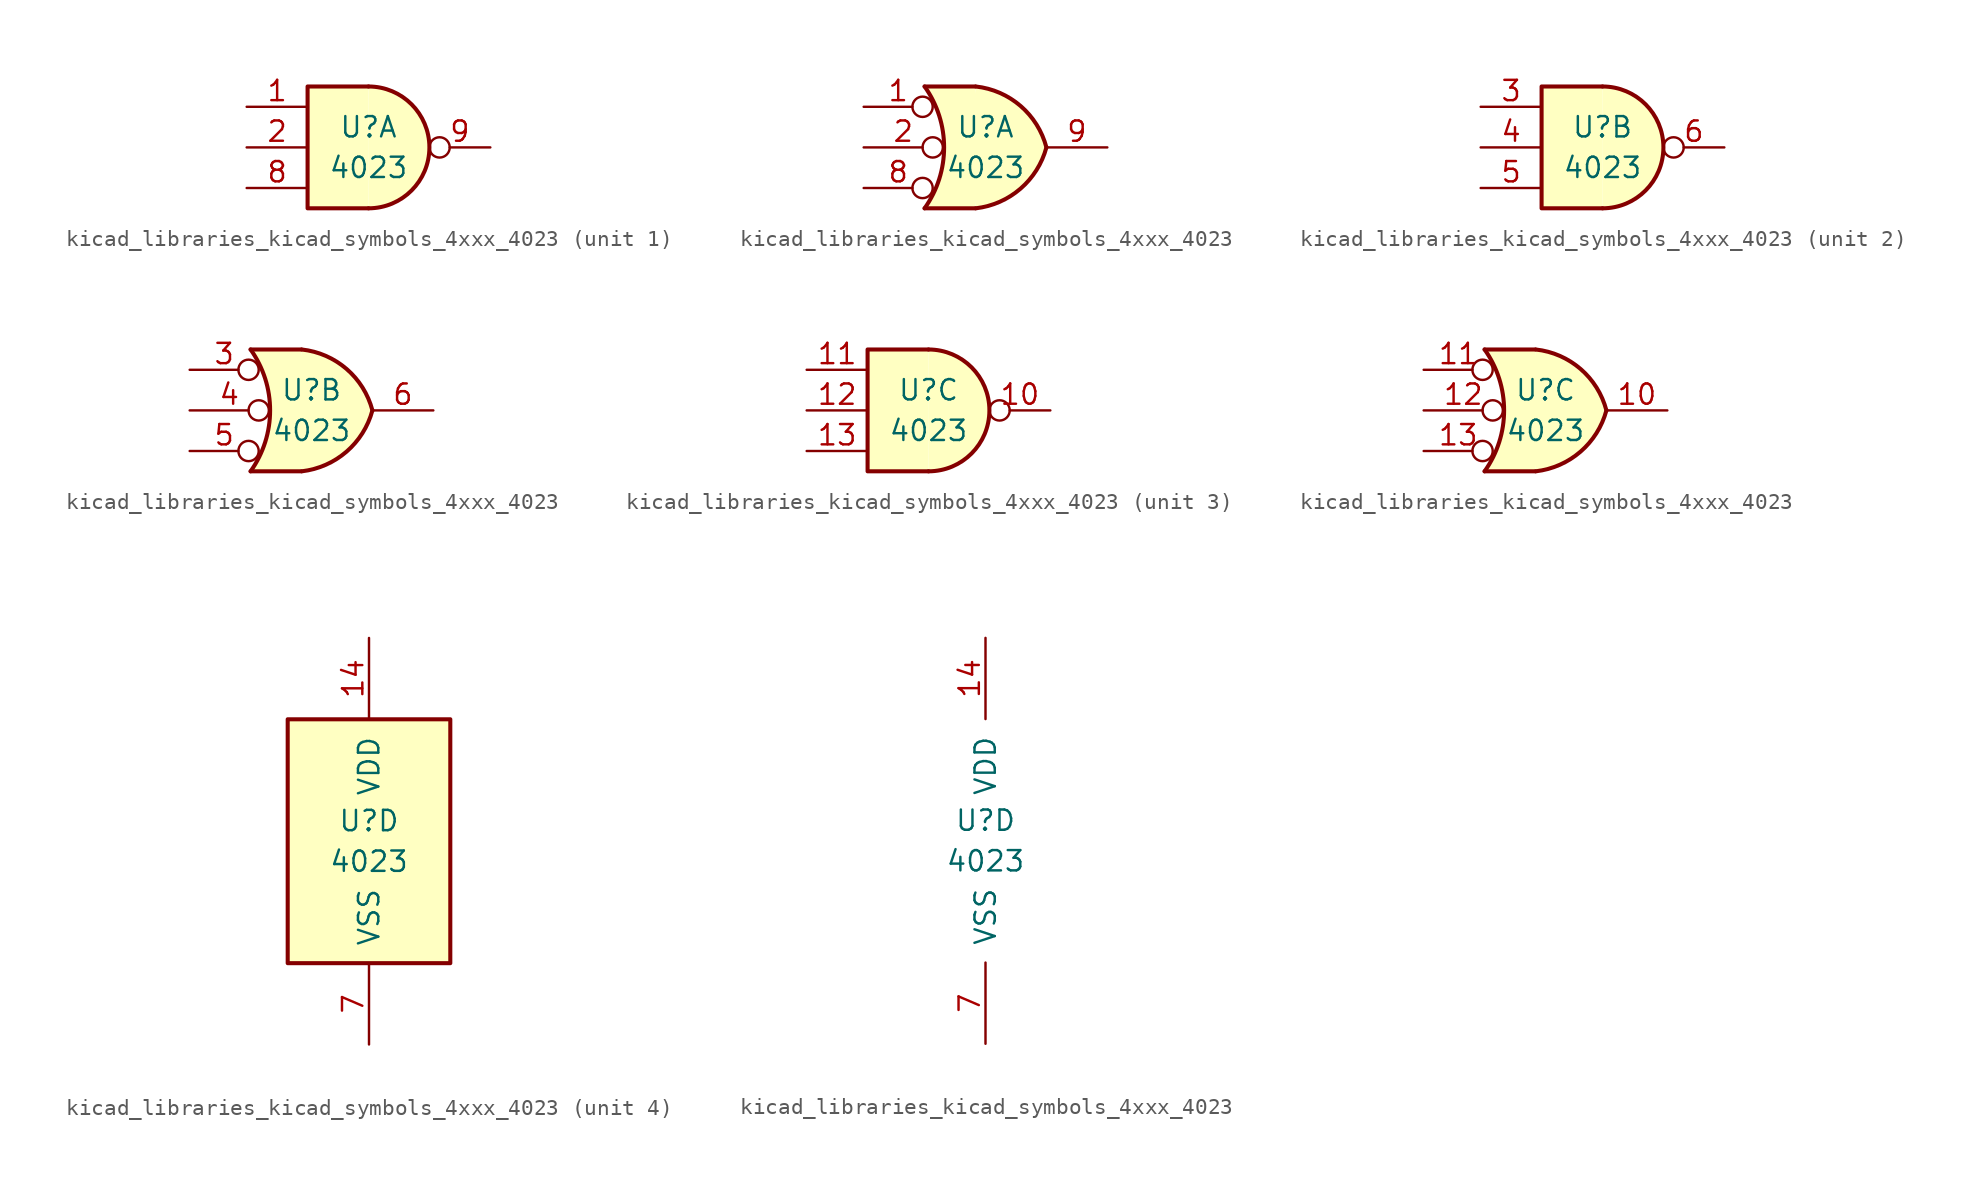
<source format=kicad_sym>
(kicad_symbol_lib
  (version 20220914)
  (generator kicad_symbol_editor)
  (symbol "kicad_libraries_kicad_symbols_4xxx_4023"
    (pin_names
      (offset 1.016))
    (property "Reference" "U"
      (at 0 1.27 0)
      (effects (font (size 1.27 1.27))))
    (property "Value" "4023"
      (at 0 -1.27 0)
      (effects (font (size 1.27 1.27))))
    (property "ki_locked" ""
      (at 0 0 0)
      (effects (font (size 1.27 1.27))))
    (symbol "kicad_libraries_kicad_symbols_4xxx_4023_1_1"
      (arc (start 0 -3.81) (mid 3.7934 0) (end 0 3.81) (stroke (width 0.254) (type default)) (fill (type background)))
      (polyline (pts (xy 0 3.81) (xy -3.81 3.81) (xy -3.81 -3.81) (xy 0 -3.81)) (stroke (width 0.254) (type default)) (fill (type background)))
      (pin input line (at -7.62 2.54 0) (length 3.81) (name "~" (effects (font (size 1.27 1.27)))) (number "1" (effects (font (size 1.27 1.27)))))
      (pin input line (at -7.62 0 0) (length 3.81) (name "~" (effects (font (size 1.27 1.27)))) (number "2" (effects (font (size 1.27 1.27)))))
      (pin input line (at -7.62 -2.54 0) (length 3.81) (name "~" (effects (font (size 1.27 1.27)))) (number "8" (effects (font (size 1.27 1.27)))))
      (pin output inverted (at 7.62 0 180) (length 3.81) (name "~" (effects (font (size 1.27 1.27)))) (number "9" (effects (font (size 1.27 1.27))))))
    (symbol "kicad_libraries_kicad_symbols_4xxx_4023_1_2"
      (arc (start -3.81 -3.81) (mid -2.589 0) (end -3.81 3.81) (stroke (width 0.254) (type default)) (fill (type none)))
      (arc (start -0.6096 -3.81) (mid 2.1842 -2.5851) (end 3.81 0) (stroke (width 0.254) (type default)) (fill (type background)))
      (polyline (pts (xy -3.81 -3.81) (xy -0.635 -3.81)) (stroke (width 0.254) (type default)) (fill (type background)))
      (polyline (pts (xy -3.81 3.81) (xy -0.635 3.81)) (stroke (width 0.254) (type default)) (fill (type background)))
      (polyline (pts (xy -0.635 3.81) (xy -3.81 3.81) (xy -3.81 3.81) (xy -3.556 3.404) (xy -3.023 2.261) (xy -2.692 1.041) (xy -2.616 -0.254) (xy -2.769 -1.499) (xy -3.175 -2.718) (xy -3.81 -3.81) (xy -3.81 -3.81) (xy -0.635 -3.81)) (stroke (width -25.4) (type default)) (fill (type background)))
      (arc (start 3.81 0) (mid 2.1915 2.5936) (end -0.6096 3.81) (stroke (width 0.254) (type default)) (fill (type background)))
      (pin input inverted (at -7.62 2.54 0) (length 4.318) (name "~" (effects (font (size 1.27 1.27)))) (number "1" (effects (font (size 1.27 1.27)))))
      (pin input inverted (at -7.62 0 0) (length 4.953) (name "~" (effects (font (size 1.27 1.27)))) (number "2" (effects (font (size 1.27 1.27)))))
      (pin input inverted (at -7.62 -2.54 0) (length 4.318) (name "~" (effects (font (size 1.27 1.27)))) (number "8" (effects (font (size 1.27 1.27)))))
      (pin output line (at 7.62 0 180) (length 3.81) (name "~" (effects (font (size 1.27 1.27)))) (number "9" (effects (font (size 1.27 1.27))))))
    (symbol "kicad_libraries_kicad_symbols_4xxx_4023_2_1"
      (arc (start 0 -3.81) (mid 3.7934 0) (end 0 3.81) (stroke (width 0.254) (type default)) (fill (type background)))
      (polyline (pts (xy 0 3.81) (xy -3.81 3.81) (xy -3.81 -3.81) (xy 0 -3.81)) (stroke (width 0.254) (type default)) (fill (type background)))
      (pin input line (at -7.62 2.54 0) (length 3.81) (name "~" (effects (font (size 1.27 1.27)))) (number "3" (effects (font (size 1.27 1.27)))))
      (pin input line (at -7.62 0 0) (length 3.81) (name "~" (effects (font (size 1.27 1.27)))) (number "4" (effects (font (size 1.27 1.27)))))
      (pin input line (at -7.62 -2.54 0) (length 3.81) (name "~" (effects (font (size 1.27 1.27)))) (number "5" (effects (font (size 1.27 1.27)))))
      (pin output inverted (at 7.62 0 180) (length 3.81) (name "~" (effects (font (size 1.27 1.27)))) (number "6" (effects (font (size 1.27 1.27))))))
    (symbol "kicad_libraries_kicad_symbols_4xxx_4023_2_2"
      (arc (start -3.81 -3.81) (mid -2.589 0) (end -3.81 3.81) (stroke (width 0.254) (type default)) (fill (type none)))
      (arc (start -0.6096 -3.81) (mid 2.1842 -2.5851) (end 3.81 0) (stroke (width 0.254) (type default)) (fill (type background)))
      (polyline (pts (xy -3.81 -3.81) (xy -0.635 -3.81)) (stroke (width 0.254) (type default)) (fill (type background)))
      (polyline (pts (xy -3.81 3.81) (xy -0.635 3.81)) (stroke (width 0.254) (type default)) (fill (type background)))
      (polyline (pts (xy -0.635 3.81) (xy -3.81 3.81) (xy -3.81 3.81) (xy -3.556 3.404) (xy -3.023 2.261) (xy -2.692 1.041) (xy -2.616 -0.254) (xy -2.769 -1.499) (xy -3.175 -2.718) (xy -3.81 -3.81) (xy -3.81 -3.81) (xy -0.635 -3.81)) (stroke (width -25.4) (type default)) (fill (type background)))
      (arc (start 3.81 0) (mid 2.1915 2.5936) (end -0.6096 3.81) (stroke (width 0.254) (type default)) (fill (type background)))
      (pin input inverted (at -7.62 2.54 0) (length 4.318) (name "~" (effects (font (size 1.27 1.27)))) (number "3" (effects (font (size 1.27 1.27)))))
      (pin input inverted (at -7.62 0 0) (length 4.953) (name "~" (effects (font (size 1.27 1.27)))) (number "4" (effects (font (size 1.27 1.27)))))
      (pin input inverted (at -7.62 -2.54 0) (length 4.318) (name "~" (effects (font (size 1.27 1.27)))) (number "5" (effects (font (size 1.27 1.27)))))
      (pin output line (at 7.62 0 180) (length 3.81) (name "~" (effects (font (size 1.27 1.27)))) (number "6" (effects (font (size 1.27 1.27))))))
    (symbol "kicad_libraries_kicad_symbols_4xxx_4023_3_1"
      (arc (start 0 -3.81) (mid 3.7934 0) (end 0 3.81) (stroke (width 0.254) (type default)) (fill (type background)))
      (polyline (pts (xy 0 3.81) (xy -3.81 3.81) (xy -3.81 -3.81) (xy 0 -3.81)) (stroke (width 0.254) (type default)) (fill (type background)))
      (pin output inverted (at 7.62 0 180) (length 3.81) (name "~" (effects (font (size 1.27 1.27)))) (number "10" (effects (font (size 1.27 1.27)))))
      (pin input line (at -7.62 2.54 0) (length 3.81) (name "~" (effects (font (size 1.27 1.27)))) (number "11" (effects (font (size 1.27 1.27)))))
      (pin input line (at -7.62 0 0) (length 3.81) (name "~" (effects (font (size 1.27 1.27)))) (number "12" (effects (font (size 1.27 1.27)))))
      (pin input line (at -7.62 -2.54 0) (length 3.81) (name "~" (effects (font (size 1.27 1.27)))) (number "13" (effects (font (size 1.27 1.27))))))
    (symbol "kicad_libraries_kicad_symbols_4xxx_4023_3_2"
      (arc (start -3.81 -3.81) (mid -2.589 0) (end -3.81 3.81) (stroke (width 0.254) (type default)) (fill (type none)))
      (arc (start -0.6096 -3.81) (mid 2.1842 -2.5851) (end 3.81 0) (stroke (width 0.254) (type default)) (fill (type background)))
      (polyline (pts (xy -3.81 -3.81) (xy -0.635 -3.81)) (stroke (width 0.254) (type default)) (fill (type background)))
      (polyline (pts (xy -3.81 3.81) (xy -0.635 3.81)) (stroke (width 0.254) (type default)) (fill (type background)))
      (polyline (pts (xy -0.635 3.81) (xy -3.81 3.81) (xy -3.81 3.81) (xy -3.556 3.404) (xy -3.023 2.261) (xy -2.692 1.041) (xy -2.616 -0.254) (xy -2.769 -1.499) (xy -3.175 -2.718) (xy -3.81 -3.81) (xy -3.81 -3.81) (xy -0.635 -3.81)) (stroke (width -25.4) (type default)) (fill (type background)))
      (arc (start 3.81 0) (mid 2.1915 2.5936) (end -0.6096 3.81) (stroke (width 0.254) (type default)) (fill (type background)))
      (pin output line (at 7.62 0 180) (length 3.81) (name "~" (effects (font (size 1.27 1.27)))) (number "10" (effects (font (size 1.27 1.27)))))
      (pin input inverted (at -7.62 2.54 0) (length 4.318) (name "~" (effects (font (size 1.27 1.27)))) (number "11" (effects (font (size 1.27 1.27)))))
      (pin input inverted (at -7.62 0 0) (length 4.953) (name "~" (effects (font (size 1.27 1.27)))) (number "12" (effects (font (size 1.27 1.27)))))
      (pin input inverted (at -7.62 -2.54 0) (length 4.318) (name "~" (effects (font (size 1.27 1.27)))) (number "13" (effects (font (size 1.27 1.27))))))
    (symbol "kicad_libraries_kicad_symbols_4xxx_4023_4_0"
      (pin power_in line (at 0 12.7 270) (length 5.08) (name "VDD" (effects (font (size 1.27 1.27)))) (number "14" (effects (font (size 1.27 1.27)))))
      (pin power_in line (at 0 -12.7 90) (length 5.08) (name "VSS" (effects (font (size 1.27 1.27)))) (number "7" (effects (font (size 1.27 1.27))))))
    (symbol "kicad_libraries_kicad_symbols_4xxx_4023_4_1"
      (rectangle (start -5.08 7.62) (end 5.08 -7.62) (stroke (width 0.254) (type default)) (fill (type background))))))
</source>
